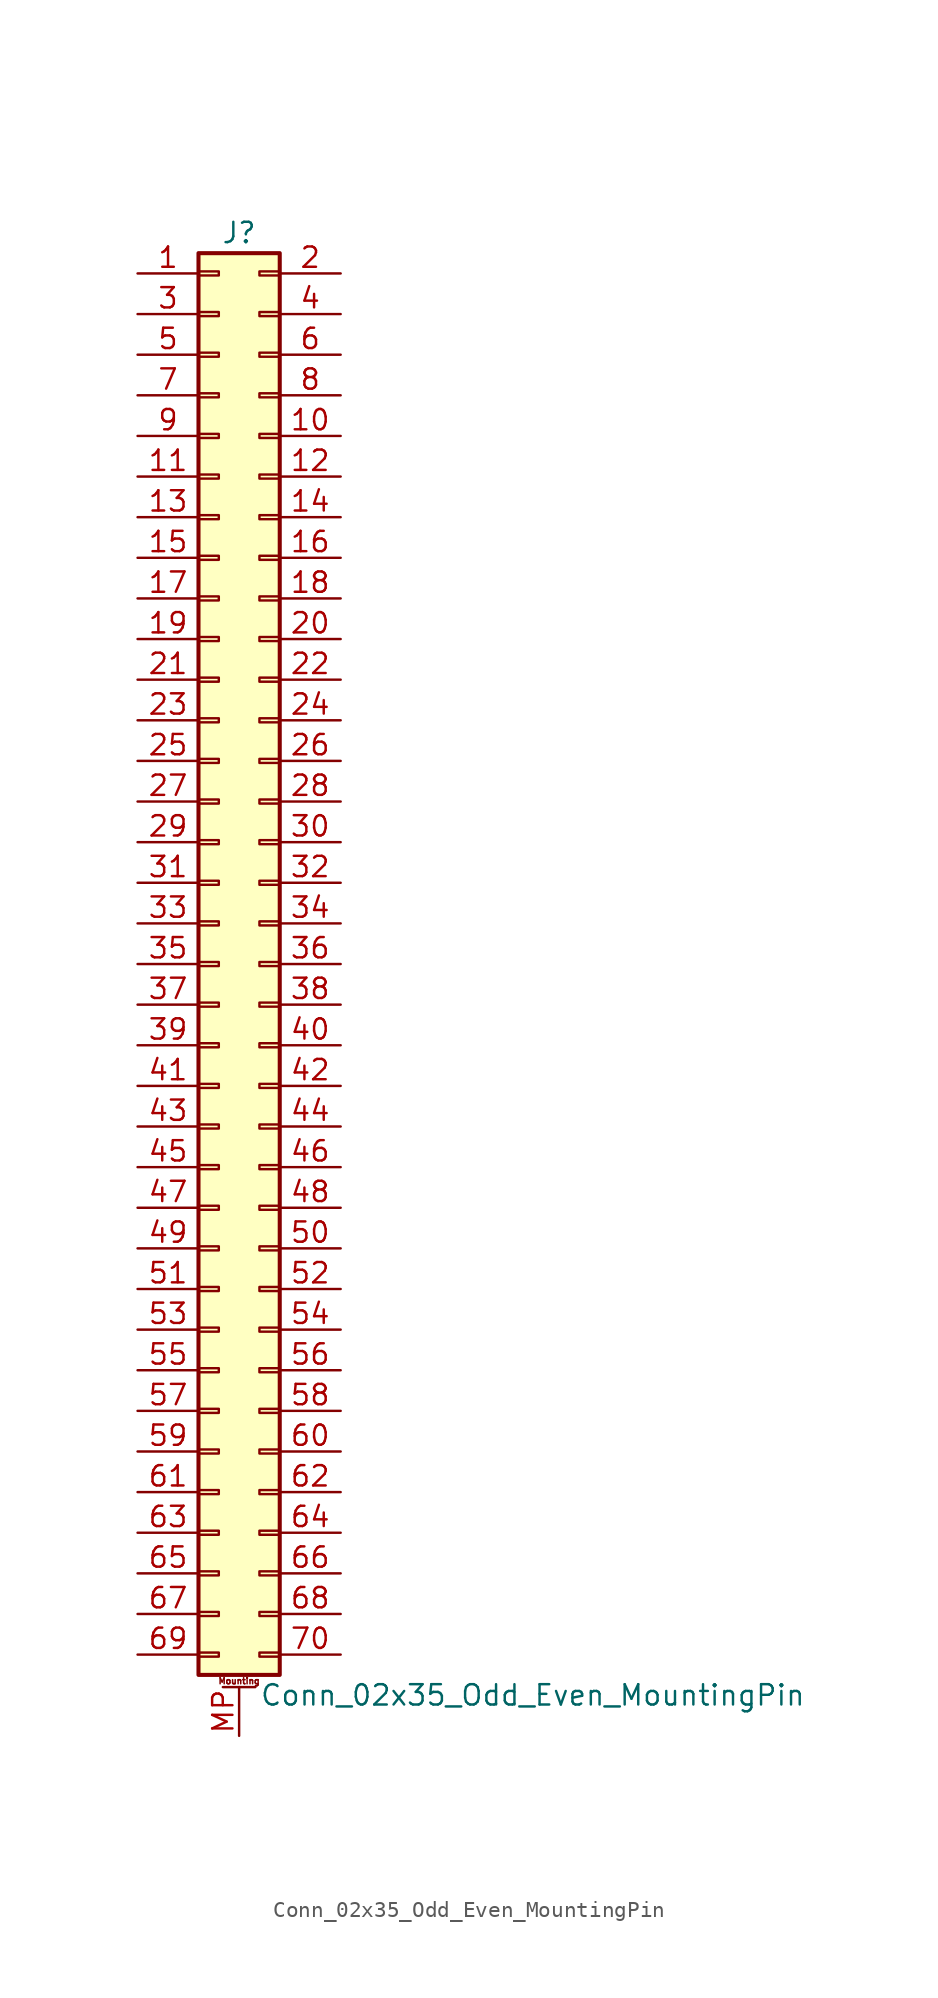
<source format=kicad_sym>
(kicad_symbol_lib
  (version 20201005)
  (generator kicad_symbol_editor)
  (symbol "Conn_02x35_Odd_Even_MountingPin"
    (pin_names
      (offset 1.016) hide)
    (property "Reference" "J"
      (at 1.27 45.72 0)
      (effects (font (size 1.27 1.27))))
    (property "Value" "Conn_02x35_Odd_Even_MountingPin"
      (at 2.54 -45.72 0)
      (effects (font (size 1.27 1.27)) (justify left)))
    (symbol "Conn_02x35_Odd_Even_MountingPin_1_1"
      (text "Mounting" (at 1.27 -44.831 0) (effects (font (size 0.381 0.381))))
      (rectangle (start -1.27 -43.053) (end 0 -43.307) (stroke (width 0.152)) (fill (type none)))
      (rectangle (start -1.27 -40.513) (end 0 -40.767) (stroke (width 0.152)) (fill (type none)))
      (rectangle (start -1.27 -37.973) (end 0 -38.227) (stroke (width 0.152)) (fill (type none)))
      (rectangle (start -1.27 -35.433) (end 0 -35.687) (stroke (width 0.152)) (fill (type none)))
      (rectangle (start -1.27 -32.893) (end 0 -33.147) (stroke (width 0.152)) (fill (type none)))
      (rectangle (start -1.27 -30.353) (end 0 -30.607) (stroke (width 0.152)) (fill (type none)))
      (rectangle (start -1.27 -27.813) (end 0 -28.067) (stroke (width 0.152)) (fill (type none)))
      (rectangle (start -1.27 -25.273) (end 0 -25.527) (stroke (width 0.152)) (fill (type none)))
      (rectangle (start -1.27 -22.733) (end 0 -22.987) (stroke (width 0.152)) (fill (type none)))
      (rectangle (start -1.27 -20.193) (end 0 -20.447) (stroke (width 0.152)) (fill (type none)))
      (rectangle (start -1.27 -17.653) (end 0 -17.907) (stroke (width 0.152)) (fill (type none)))
      (rectangle (start -1.27 -15.113) (end 0 -15.367) (stroke (width 0.152)) (fill (type none)))
      (rectangle (start -1.27 -12.573) (end 0 -12.827) (stroke (width 0.152)) (fill (type none)))
      (rectangle (start -1.27 -10.033) (end 0 -10.287) (stroke (width 0.152)) (fill (type none)))
      (rectangle (start -1.27 -7.493) (end 0 -7.747) (stroke (width 0.152)) (fill (type none)))
      (rectangle (start -1.27 -4.953) (end 0 -5.207) (stroke (width 0.152)) (fill (type none)))
      (rectangle (start -1.27 -2.413) (end 0 -2.667) (stroke (width 0.152)) (fill (type none)))
      (rectangle (start -1.27 0.127) (end 0 -0.127) (stroke (width 0.152)) (fill (type none)))
      (rectangle (start -1.27 2.667) (end 0 2.413) (stroke (width 0.152)) (fill (type none)))
      (rectangle (start -1.27 5.207) (end 0 4.953) (stroke (width 0.152)) (fill (type none)))
      (rectangle (start -1.27 7.747) (end 0 7.493) (stroke (width 0.152)) (fill (type none)))
      (rectangle (start -1.27 10.287) (end 0 10.033) (stroke (width 0.152)) (fill (type none)))
      (rectangle (start -1.27 12.827) (end 0 12.573) (stroke (width 0.152)) (fill (type none)))
      (rectangle (start -1.27 15.367) (end 0 15.113) (stroke (width 0.152)) (fill (type none)))
      (rectangle (start -1.27 17.907) (end 0 17.653) (stroke (width 0.152)) (fill (type none)))
      (rectangle (start -1.27 20.447) (end 0 20.193) (stroke (width 0.152)) (fill (type none)))
      (rectangle (start -1.27 22.987) (end 0 22.733) (stroke (width 0.152)) (fill (type none)))
      (rectangle (start -1.27 25.527) (end 0 25.273) (stroke (width 0.152)) (fill (type none)))
      (rectangle (start -1.27 28.067) (end 0 27.813) (stroke (width 0.152)) (fill (type none)))
      (rectangle (start -1.27 30.607) (end 0 30.353) (stroke (width 0.152)) (fill (type none)))
      (rectangle (start -1.27 33.147) (end 0 32.893) (stroke (width 0.152)) (fill (type none)))
      (rectangle (start -1.27 35.687) (end 0 35.433) (stroke (width 0.152)) (fill (type none)))
      (rectangle (start -1.27 38.227) (end 0 37.973) (stroke (width 0.152)) (fill (type none)))
      (rectangle (start -1.27 40.767) (end 0 40.513) (stroke (width 0.152)) (fill (type none)))
      (rectangle (start -1.27 43.307) (end 0 43.053) (stroke (width 0.152)) (fill (type none)))
      (rectangle (start 3.81 -43.053) (end 2.54 -43.307) (stroke (width 0.152)) (fill (type none)))
      (rectangle (start 3.81 -40.513) (end 2.54 -40.767) (stroke (width 0.152)) (fill (type none)))
      (rectangle (start 3.81 -37.973) (end 2.54 -38.227) (stroke (width 0.152)) (fill (type none)))
      (rectangle (start 3.81 -35.433) (end 2.54 -35.687) (stroke (width 0.152)) (fill (type none)))
      (rectangle (start 3.81 -32.893) (end 2.54 -33.147) (stroke (width 0.152)) (fill (type none)))
      (rectangle (start 3.81 -30.353) (end 2.54 -30.607) (stroke (width 0.152)) (fill (type none)))
      (rectangle (start 3.81 -27.813) (end 2.54 -28.067) (stroke (width 0.152)) (fill (type none)))
      (rectangle (start 3.81 -25.273) (end 2.54 -25.527) (stroke (width 0.152)) (fill (type none)))
      (rectangle (start 3.81 -22.733) (end 2.54 -22.987) (stroke (width 0.152)) (fill (type none)))
      (rectangle (start 3.81 -20.193) (end 2.54 -20.447) (stroke (width 0.152)) (fill (type none)))
      (rectangle (start 3.81 -17.653) (end 2.54 -17.907) (stroke (width 0.152)) (fill (type none)))
      (rectangle (start 3.81 -15.113) (end 2.54 -15.367) (stroke (width 0.152)) (fill (type none)))
      (rectangle (start 3.81 -12.573) (end 2.54 -12.827) (stroke (width 0.152)) (fill (type none)))
      (rectangle (start 3.81 -10.033) (end 2.54 -10.287) (stroke (width 0.152)) (fill (type none)))
      (rectangle (start 3.81 -7.493) (end 2.54 -7.747) (stroke (width 0.152)) (fill (type none)))
      (rectangle (start 3.81 -4.953) (end 2.54 -5.207) (stroke (width 0.152)) (fill (type none)))
      (rectangle (start 3.81 -2.413) (end 2.54 -2.667) (stroke (width 0.152)) (fill (type none)))
      (rectangle (start 3.81 0.127) (end 2.54 -0.127) (stroke (width 0.152)) (fill (type none)))
      (rectangle (start 3.81 2.667) (end 2.54 2.413) (stroke (width 0.152)) (fill (type none)))
      (rectangle (start 3.81 5.207) (end 2.54 4.953) (stroke (width 0.152)) (fill (type none)))
      (rectangle (start 3.81 7.747) (end 2.54 7.493) (stroke (width 0.152)) (fill (type none)))
      (rectangle (start 3.81 10.287) (end 2.54 10.033) (stroke (width 0.152)) (fill (type none)))
      (rectangle (start 3.81 12.827) (end 2.54 12.573) (stroke (width 0.152)) (fill (type none)))
      (rectangle (start 3.81 15.367) (end 2.54 15.113) (stroke (width 0.152)) (fill (type none)))
      (rectangle (start 3.81 17.907) (end 2.54 17.653) (stroke (width 0.152)) (fill (type none)))
      (rectangle (start 3.81 20.447) (end 2.54 20.193) (stroke (width 0.152)) (fill (type none)))
      (rectangle (start 3.81 22.987) (end 2.54 22.733) (stroke (width 0.152)) (fill (type none)))
      (rectangle (start 3.81 25.527) (end 2.54 25.273) (stroke (width 0.152)) (fill (type none)))
      (rectangle (start 3.81 28.067) (end 2.54 27.813) (stroke (width 0.152)) (fill (type none)))
      (rectangle (start 3.81 30.607) (end 2.54 30.353) (stroke (width 0.152)) (fill (type none)))
      (rectangle (start 3.81 33.147) (end 2.54 32.893) (stroke (width 0.152)) (fill (type none)))
      (rectangle (start 3.81 35.687) (end 2.54 35.433) (stroke (width 0.152)) (fill (type none)))
      (rectangle (start 3.81 38.227) (end 2.54 37.973) (stroke (width 0.152)) (fill (type none)))
      (rectangle (start 3.81 40.767) (end 2.54 40.513) (stroke (width 0.152)) (fill (type none)))
      (rectangle (start 3.81 43.307) (end 2.54 43.053) (stroke (width 0.152)) (fill (type none)))
      (rectangle (start -1.27 44.45) (end 3.81 -44.45) (stroke (width 0.254)) (fill (type background)))
      (polyline (pts (xy 0.254 -45.212) (xy 2.286 -45.212)) (stroke (width 0.152)) (fill (type none)))
      (pin passive line (at -5.08 43.18 0) (length 3.81) (name "Pin_1" (effects (font (size 1.27 1.27)))) (number "1" (effects (font (size 1.27 1.27)))))
      (pin passive line (at 7.62 33.02 180) (length 3.81) (name "Pin_10" (effects (font (size 1.27 1.27)))) (number "10" (effects (font (size 1.27 1.27)))))
      (pin passive line (at -5.08 30.48 0) (length 3.81) (name "Pin_11" (effects (font (size 1.27 1.27)))) (number "11" (effects (font (size 1.27 1.27)))))
      (pin passive line (at 7.62 30.48 180) (length 3.81) (name "Pin_12" (effects (font (size 1.27 1.27)))) (number "12" (effects (font (size 1.27 1.27)))))
      (pin passive line (at -5.08 27.94 0) (length 3.81) (name "Pin_13" (effects (font (size 1.27 1.27)))) (number "13" (effects (font (size 1.27 1.27)))))
      (pin passive line (at 7.62 27.94 180) (length 3.81) (name "Pin_14" (effects (font (size 1.27 1.27)))) (number "14" (effects (font (size 1.27 1.27)))))
      (pin passive line (at -5.08 25.4 0) (length 3.81) (name "Pin_15" (effects (font (size 1.27 1.27)))) (number "15" (effects (font (size 1.27 1.27)))))
      (pin passive line (at 7.62 25.4 180) (length 3.81) (name "Pin_16" (effects (font (size 1.27 1.27)))) (number "16" (effects (font (size 1.27 1.27)))))
      (pin passive line (at -5.08 22.86 0) (length 3.81) (name "Pin_17" (effects (font (size 1.27 1.27)))) (number "17" (effects (font (size 1.27 1.27)))))
      (pin passive line (at 7.62 22.86 180) (length 3.81) (name "Pin_18" (effects (font (size 1.27 1.27)))) (number "18" (effects (font (size 1.27 1.27)))))
      (pin passive line (at -5.08 20.32 0) (length 3.81) (name "Pin_19" (effects (font (size 1.27 1.27)))) (number "19" (effects (font (size 1.27 1.27)))))
      (pin passive line (at 7.62 43.18 180) (length 3.81) (name "Pin_2" (effects (font (size 1.27 1.27)))) (number "2" (effects (font (size 1.27 1.27)))))
      (pin passive line (at 7.62 20.32 180) (length 3.81) (name "Pin_20" (effects (font (size 1.27 1.27)))) (number "20" (effects (font (size 1.27 1.27)))))
      (pin passive line (at -5.08 17.78 0) (length 3.81) (name "Pin_21" (effects (font (size 1.27 1.27)))) (number "21" (effects (font (size 1.27 1.27)))))
      (pin passive line (at 7.62 17.78 180) (length 3.81) (name "Pin_22" (effects (font (size 1.27 1.27)))) (number "22" (effects (font (size 1.27 1.27)))))
      (pin passive line (at -5.08 15.24 0) (length 3.81) (name "Pin_23" (effects (font (size 1.27 1.27)))) (number "23" (effects (font (size 1.27 1.27)))))
      (pin passive line (at 7.62 15.24 180) (length 3.81) (name "Pin_24" (effects (font (size 1.27 1.27)))) (number "24" (effects (font (size 1.27 1.27)))))
      (pin passive line (at -5.08 12.7 0) (length 3.81) (name "Pin_25" (effects (font (size 1.27 1.27)))) (number "25" (effects (font (size 1.27 1.27)))))
      (pin passive line (at 7.62 12.7 180) (length 3.81) (name "Pin_26" (effects (font (size 1.27 1.27)))) (number "26" (effects (font (size 1.27 1.27)))))
      (pin passive line (at -5.08 10.16 0) (length 3.81) (name "Pin_27" (effects (font (size 1.27 1.27)))) (number "27" (effects (font (size 1.27 1.27)))))
      (pin passive line (at 7.62 10.16 180) (length 3.81) (name "Pin_28" (effects (font (size 1.27 1.27)))) (number "28" (effects (font (size 1.27 1.27)))))
      (pin passive line (at -5.08 7.62 0) (length 3.81) (name "Pin_29" (effects (font (size 1.27 1.27)))) (number "29" (effects (font (size 1.27 1.27)))))
      (pin passive line (at -5.08 40.64 0) (length 3.81) (name "Pin_3" (effects (font (size 1.27 1.27)))) (number "3" (effects (font (size 1.27 1.27)))))
      (pin passive line (at 7.62 7.62 180) (length 3.81) (name "Pin_30" (effects (font (size 1.27 1.27)))) (number "30" (effects (font (size 1.27 1.27)))))
      (pin passive line (at -5.08 5.08 0) (length 3.81) (name "Pin_31" (effects (font (size 1.27 1.27)))) (number "31" (effects (font (size 1.27 1.27)))))
      (pin passive line (at 7.62 5.08 180) (length 3.81) (name "Pin_32" (effects (font (size 1.27 1.27)))) (number "32" (effects (font (size 1.27 1.27)))))
      (pin passive line (at -5.08 2.54 0) (length 3.81) (name "Pin_33" (effects (font (size 1.27 1.27)))) (number "33" (effects (font (size 1.27 1.27)))))
      (pin passive line (at 7.62 2.54 180) (length 3.81) (name "Pin_34" (effects (font (size 1.27 1.27)))) (number "34" (effects (font (size 1.27 1.27)))))
      (pin passive line (at -5.08 0 0) (length 3.81) (name "Pin_35" (effects (font (size 1.27 1.27)))) (number "35" (effects (font (size 1.27 1.27)))))
      (pin passive line (at 7.62 0 180) (length 3.81) (name "Pin_36" (effects (font (size 1.27 1.27)))) (number "36" (effects (font (size 1.27 1.27)))))
      (pin passive line (at -5.08 -2.54 0) (length 3.81) (name "Pin_37" (effects (font (size 1.27 1.27)))) (number "37" (effects (font (size 1.27 1.27)))))
      (pin passive line (at 7.62 -2.54 180) (length 3.81) (name "Pin_38" (effects (font (size 1.27 1.27)))) (number "38" (effects (font (size 1.27 1.27)))))
      (pin passive line (at -5.08 -5.08 0) (length 3.81) (name "Pin_39" (effects (font (size 1.27 1.27)))) (number "39" (effects (font (size 1.27 1.27)))))
      (pin passive line (at 7.62 40.64 180) (length 3.81) (name "Pin_4" (effects (font (size 1.27 1.27)))) (number "4" (effects (font (size 1.27 1.27)))))
      (pin passive line (at 7.62 -5.08 180) (length 3.81) (name "Pin_40" (effects (font (size 1.27 1.27)))) (number "40" (effects (font (size 1.27 1.27)))))
      (pin passive line (at -5.08 -7.62 0) (length 3.81) (name "Pin_41" (effects (font (size 1.27 1.27)))) (number "41" (effects (font (size 1.27 1.27)))))
      (pin passive line (at 7.62 -7.62 180) (length 3.81) (name "Pin_42" (effects (font (size 1.27 1.27)))) (number "42" (effects (font (size 1.27 1.27)))))
      (pin passive line (at -5.08 -10.16 0) (length 3.81) (name "Pin_43" (effects (font (size 1.27 1.27)))) (number "43" (effects (font (size 1.27 1.27)))))
      (pin passive line (at 7.62 -10.16 180) (length 3.81) (name "Pin_44" (effects (font (size 1.27 1.27)))) (number "44" (effects (font (size 1.27 1.27)))))
      (pin passive line (at -5.08 -12.7 0) (length 3.81) (name "Pin_45" (effects (font (size 1.27 1.27)))) (number "45" (effects (font (size 1.27 1.27)))))
      (pin passive line (at 7.62 -12.7 180) (length 3.81) (name "Pin_46" (effects (font (size 1.27 1.27)))) (number "46" (effects (font (size 1.27 1.27)))))
      (pin passive line (at -5.08 -15.24 0) (length 3.81) (name "Pin_47" (effects (font (size 1.27 1.27)))) (number "47" (effects (font (size 1.27 1.27)))))
      (pin passive line (at 7.62 -15.24 180) (length 3.81) (name "Pin_48" (effects (font (size 1.27 1.27)))) (number "48" (effects (font (size 1.27 1.27)))))
      (pin passive line (at -5.08 -17.78 0) (length 3.81) (name "Pin_49" (effects (font (size 1.27 1.27)))) (number "49" (effects (font (size 1.27 1.27)))))
      (pin passive line (at -5.08 38.1 0) (length 3.81) (name "Pin_5" (effects (font (size 1.27 1.27)))) (number "5" (effects (font (size 1.27 1.27)))))
      (pin passive line (at 7.62 -17.78 180) (length 3.81) (name "Pin_50" (effects (font (size 1.27 1.27)))) (number "50" (effects (font (size 1.27 1.27)))))
      (pin passive line (at -5.08 -20.32 0) (length 3.81) (name "Pin_51" (effects (font (size 1.27 1.27)))) (number "51" (effects (font (size 1.27 1.27)))))
      (pin passive line (at 7.62 -20.32 180) (length 3.81) (name "Pin_52" (effects (font (size 1.27 1.27)))) (number "52" (effects (font (size 1.27 1.27)))))
      (pin passive line (at -5.08 -22.86 0) (length 3.81) (name "Pin_53" (effects (font (size 1.27 1.27)))) (number "53" (effects (font (size 1.27 1.27)))))
      (pin passive line (at 7.62 -22.86 180) (length 3.81) (name "Pin_54" (effects (font (size 1.27 1.27)))) (number "54" (effects (font (size 1.27 1.27)))))
      (pin passive line (at -5.08 -25.4 0) (length 3.81) (name "Pin_55" (effects (font (size 1.27 1.27)))) (number "55" (effects (font (size 1.27 1.27)))))
      (pin passive line (at 7.62 -25.4 180) (length 3.81) (name "Pin_56" (effects (font (size 1.27 1.27)))) (number "56" (effects (font (size 1.27 1.27)))))
      (pin passive line (at -5.08 -27.94 0) (length 3.81) (name "Pin_57" (effects (font (size 1.27 1.27)))) (number "57" (effects (font (size 1.27 1.27)))))
      (pin passive line (at 7.62 -27.94 180) (length 3.81) (name "Pin_58" (effects (font (size 1.27 1.27)))) (number "58" (effects (font (size 1.27 1.27)))))
      (pin passive line (at -5.08 -30.48 0) (length 3.81) (name "Pin_59" (effects (font (size 1.27 1.27)))) (number "59" (effects (font (size 1.27 1.27)))))
      (pin passive line (at 7.62 38.1 180) (length 3.81) (name "Pin_6" (effects (font (size 1.27 1.27)))) (number "6" (effects (font (size 1.27 1.27)))))
      (pin passive line (at 7.62 -30.48 180) (length 3.81) (name "Pin_60" (effects (font (size 1.27 1.27)))) (number "60" (effects (font (size 1.27 1.27)))))
      (pin passive line (at -5.08 -33.02 0) (length 3.81) (name "Pin_61" (effects (font (size 1.27 1.27)))) (number "61" (effects (font (size 1.27 1.27)))))
      (pin passive line (at 7.62 -33.02 180) (length 3.81) (name "Pin_62" (effects (font (size 1.27 1.27)))) (number "62" (effects (font (size 1.27 1.27)))))
      (pin passive line (at -5.08 -35.56 0) (length 3.81) (name "Pin_63" (effects (font (size 1.27 1.27)))) (number "63" (effects (font (size 1.27 1.27)))))
      (pin passive line (at 7.62 -35.56 180) (length 3.81) (name "Pin_64" (effects (font (size 1.27 1.27)))) (number "64" (effects (font (size 1.27 1.27)))))
      (pin passive line (at -5.08 -38.1 0) (length 3.81) (name "Pin_65" (effects (font (size 1.27 1.27)))) (number "65" (effects (font (size 1.27 1.27)))))
      (pin passive line (at 7.62 -38.1 180) (length 3.81) (name "Pin_66" (effects (font (size 1.27 1.27)))) (number "66" (effects (font (size 1.27 1.27)))))
      (pin passive line (at -5.08 -40.64 0) (length 3.81) (name "Pin_67" (effects (font (size 1.27 1.27)))) (number "67" (effects (font (size 1.27 1.27)))))
      (pin passive line (at 7.62 -40.64 180) (length 3.81) (name "Pin_68" (effects (font (size 1.27 1.27)))) (number "68" (effects (font (size 1.27 1.27)))))
      (pin passive line (at -5.08 -43.18 0) (length 3.81) (name "Pin_69" (effects (font (size 1.27 1.27)))) (number "69" (effects (font (size 1.27 1.27)))))
      (pin passive line (at -5.08 35.56 0) (length 3.81) (name "Pin_7" (effects (font (size 1.27 1.27)))) (number "7" (effects (font (size 1.27 1.27)))))
      (pin passive line (at 7.62 -43.18 180) (length 3.81) (name "Pin_70" (effects (font (size 1.27 1.27)))) (number "70" (effects (font (size 1.27 1.27)))))
      (pin passive line (at 7.62 35.56 180) (length 3.81) (name "Pin_8" (effects (font (size 1.27 1.27)))) (number "8" (effects (font (size 1.27 1.27)))))
      (pin passive line (at -5.08 33.02 0) (length 3.81) (name "Pin_9" (effects (font (size 1.27 1.27)))) (number "9" (effects (font (size 1.27 1.27)))))
      (pin passive line (at 1.27 -48.26 90) (length 3.048) (name "MountPin" (effects (font (size 1.27 1.27)))) (number "MP" (effects (font (size 1.27 1.27))))))))
</source>
